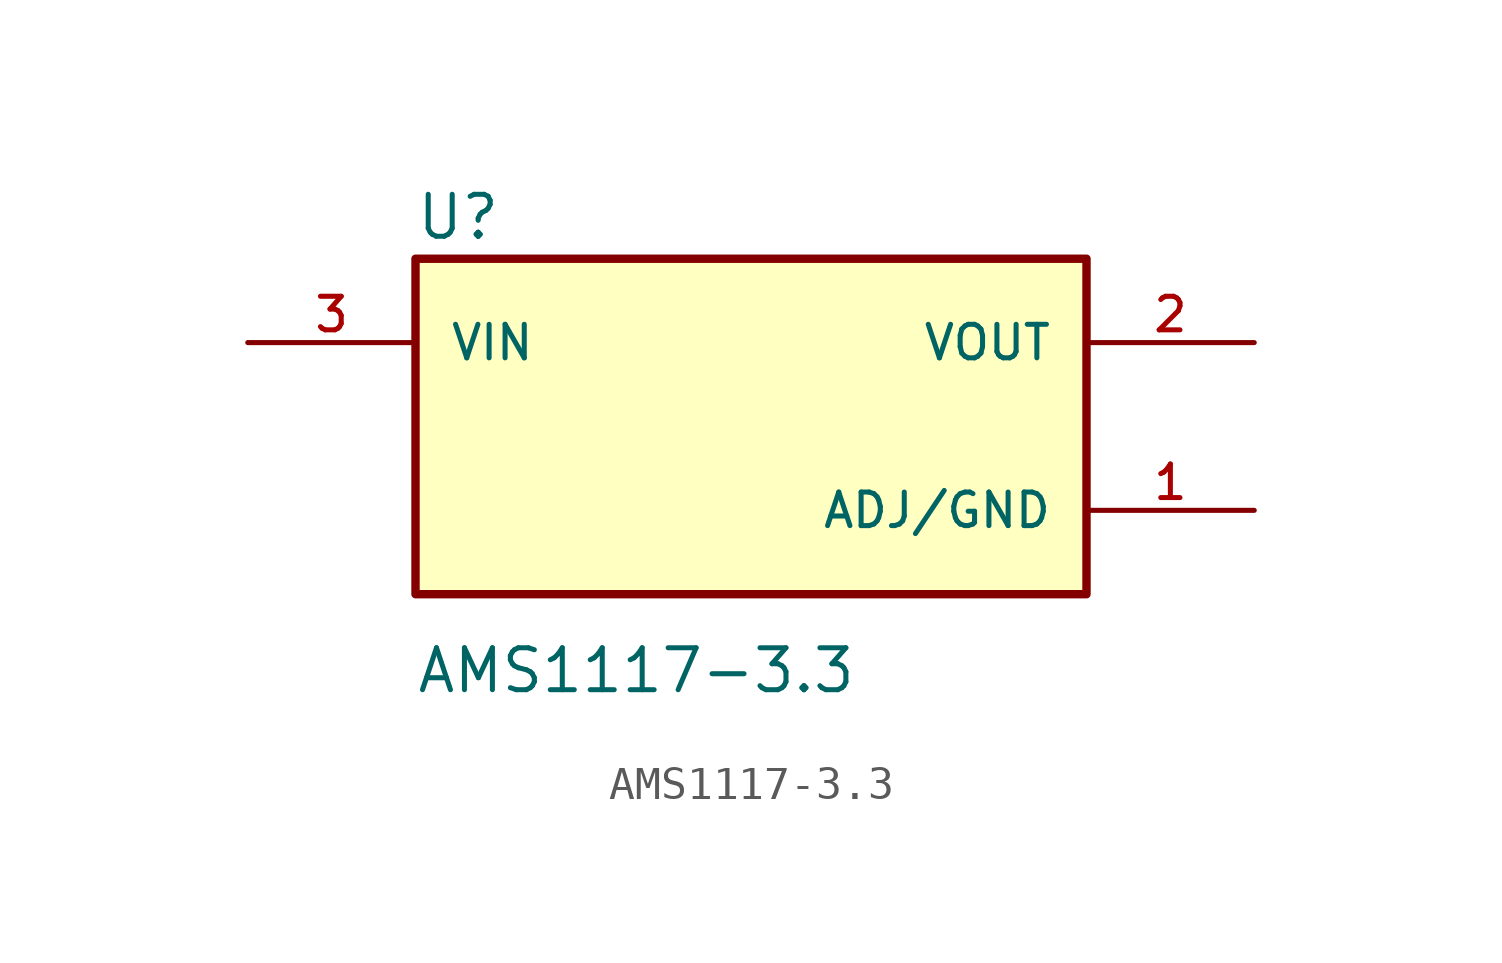
<source format=kicad_sym>
(kicad_symbol_lib
  (version 20211014)
  (generator kicad_symbol_editor)
  (symbol "AMS1117-3.3"
    (pin_names
      (offset 1.016))
    (property "Reference" "U"
      (at -10.177 5.597 0)
      (effects (font (size 1.27 1.27)) (justify bottom left)))
    (property "Value" "AMS1117-3.3"
      (at -10.169 -8.135 0)
      (effects (font (size 1.27 1.27)) (justify bottom left)))
    (symbol "AMS1117-3.3_0_0"
      (rectangle (start -10.16 -5.08) (end 10.16 5.08) (stroke (width 0.254)) (fill (type background)))
      (pin input line (at -15.24 2.54 0) (length 5.08) (name "VIN" (effects (font (size 1.016 1.016)))) (number "3" (effects (font (size 1.016 1.016)))))
      (pin output line (at 15.24 2.54 180.0) (length 5.08) (name "VOUT" (effects (font (size 1.016 1.016)))) (number "2" (effects (font (size 1.016 1.016)))))
      (pin power_in line (at 15.24 -2.54 180.0) (length 5.08) (name "ADJ/GND" (effects (font (size 1.016 1.016)))) (number "1" (effects (font (size 1.016 1.016))))))))
</source>
